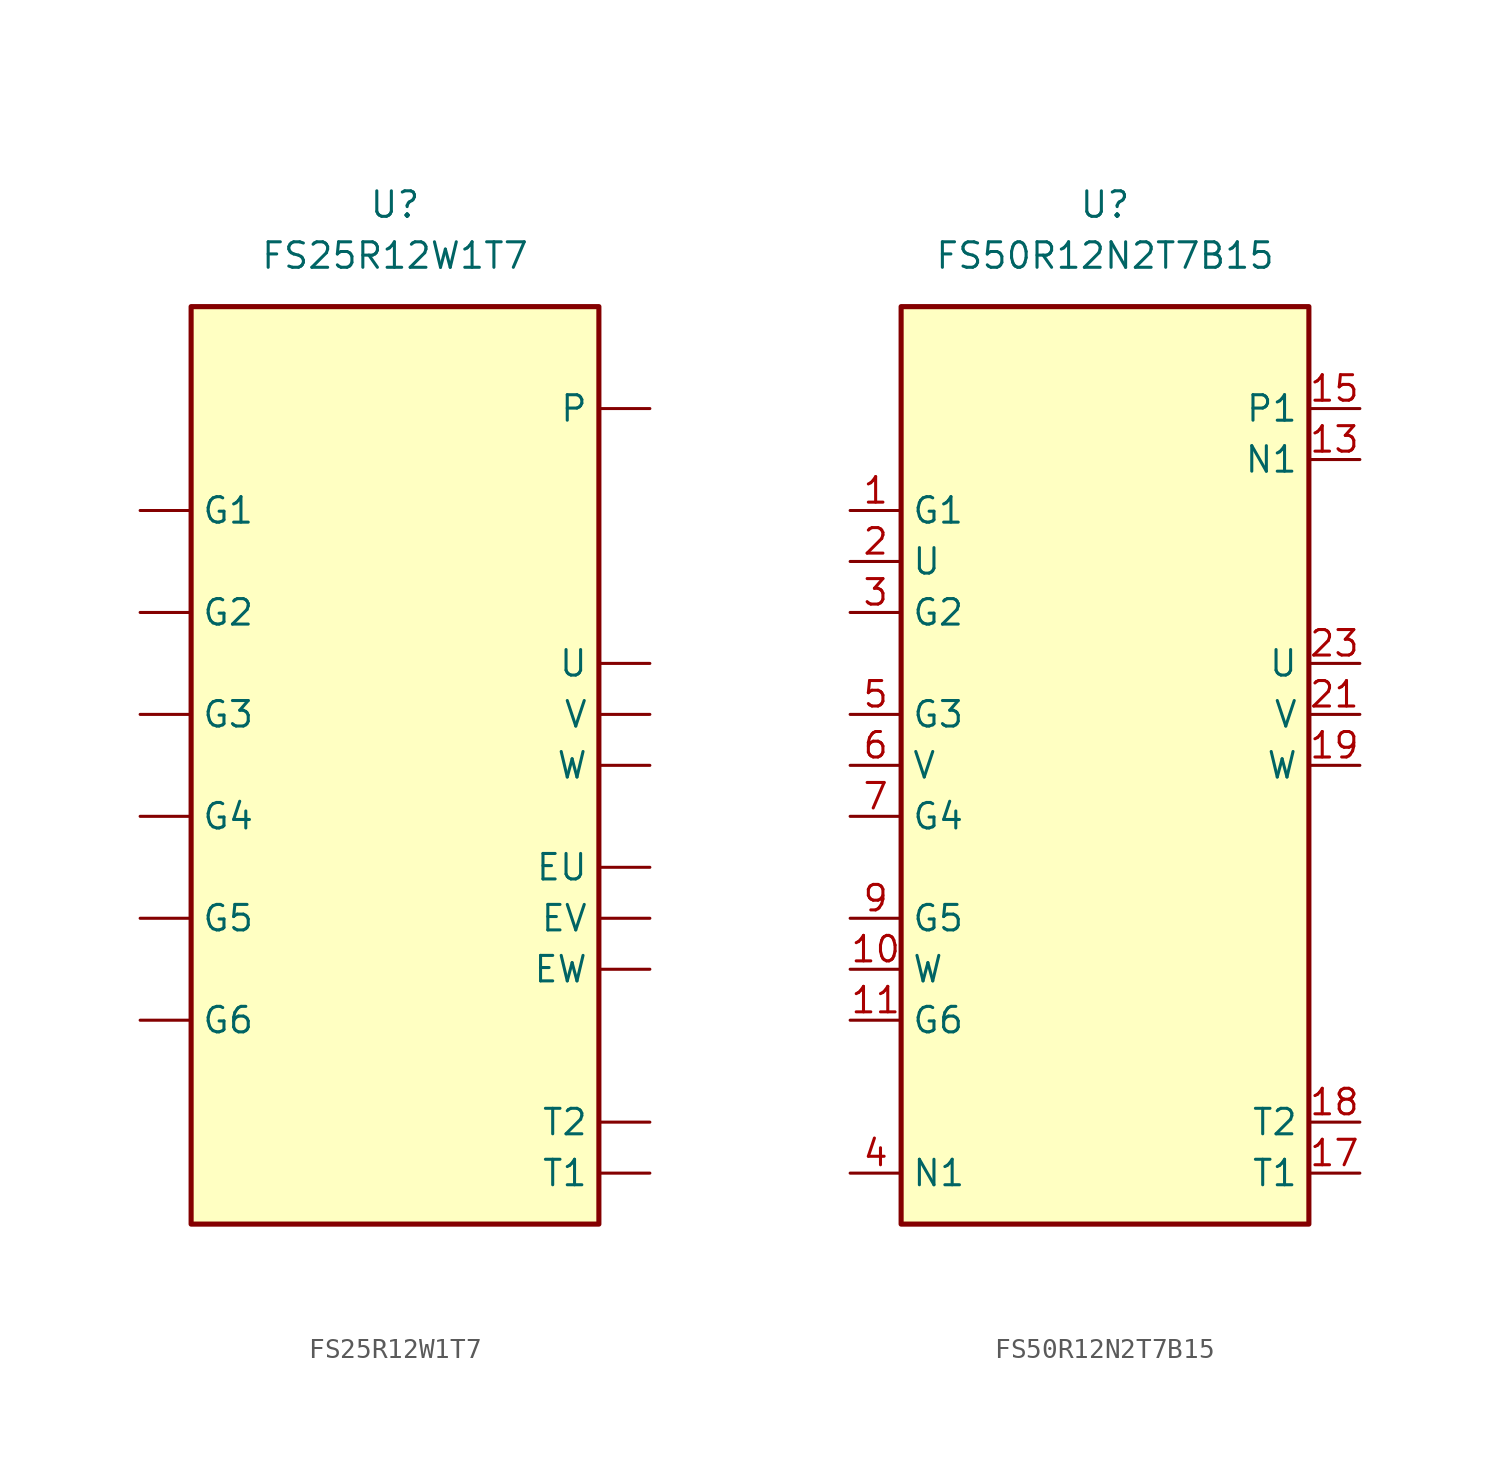
<source format=kicad_sym>
(kicad_symbol_lib
  (version 20220914)
  (generator kicad_symbol_editor)
  (symbol "FS25R12W1T7"
    (pin_numbers hide)
    (property "Reference" "U"
      (at 0 25.4 0)
      (effects (font (size 1.27 1.27))))
    (property "Value" "FS25R12W1T7"
      (at 0 22.86 0)
      (effects (font (size 1.27 1.27))))
    (symbol "FS25R12W1T7_1_0"
      (pin passive line (at 12.7 15.24 180) (length 2.54) (name "P" (effects (font (size 1.27 1.27)))) (number "P" (effects (font (size 1.27 1.27)))))
      (pin passive line (at 12.7 15.24 180) (length 2.54) hide (name "P" (effects (font (size 1.27 1.27)))) (number "P" (effects (font (size 1.27 1.27)))))
      (pin passive line (at 12.7 -22.86 180) (length 2.54) (name "T1" (effects (font (size 1.27 1.27)))) (number "T1" (effects (font (size 1.27 1.27)))))
      (pin passive line (at 12.7 -20.32 180) (length 2.54) (name "T2" (effects (font (size 1.27 1.27)))) (number "T2" (effects (font (size 1.27 1.27)))))
      (pin passive line (at 12.7 2.54 180) (length 2.54) (name "U" (effects (font (size 1.27 1.27)))) (number "U" (effects (font (size 1.27 1.27)))))
      (pin passive line (at 12.7 2.54 180) (length 2.54) hide (name "U" (effects (font (size 1.27 1.27)))) (number "U" (effects (font (size 1.27 1.27)))))
      (pin passive line (at 12.7 0 180) (length 2.54) (name "V" (effects (font (size 1.27 1.27)))) (number "V" (effects (font (size 1.27 1.27)))))
      (pin passive line (at 12.7 0 180) (length 2.54) hide (name "V" (effects (font (size 1.27 1.27)))) (number "V" (effects (font (size 1.27 1.27)))))
      (pin passive line (at 12.7 -2.54 180) (length 2.54) (name "W" (effects (font (size 1.27 1.27)))) (number "W" (effects (font (size 1.27 1.27)))))
      (pin passive line (at 12.7 -2.54 180) (length 2.54) hide (name "W" (effects (font (size 1.27 1.27)))) (number "W" (effects (font (size 1.27 1.27))))))
    (symbol "FS25R12W1T7_1_1"
      (rectangle (start -10.16 20.32) (end 10.16 -25.4) (stroke (width 0.254) (type default)) (fill (type background)))
      (pin passive line (at 12.7 -7.62 180) (length 2.54) (name "EU" (effects (font (size 1.27 1.27)))) (number "EU" (effects (font (size 1.27 1.27)))))
      (pin passive line (at 12.7 -7.62 180) (length 2.54) hide (name "EU" (effects (font (size 1.27 1.27)))) (number "EU" (effects (font (size 1.27 1.27)))))
      (pin passive line (at 12.7 -10.16 180) (length 2.54) (name "EV" (effects (font (size 1.27 1.27)))) (number "EV" (effects (font (size 1.27 1.27)))))
      (pin passive line (at 12.7 -10.16 180) (length 2.54) hide (name "EV" (effects (font (size 1.27 1.27)))) (number "EV" (effects (font (size 1.27 1.27)))))
      (pin passive line (at 12.7 -12.7 180) (length 2.54) (name "EW" (effects (font (size 1.27 1.27)))) (number "EW" (effects (font (size 1.27 1.27)))))
      (pin passive line (at 12.7 -12.7 180) (length 2.54) hide (name "EW" (effects (font (size 1.27 1.27)))) (number "EW" (effects (font (size 1.27 1.27)))))
      (pin passive line (at -12.7 10.16 0) (length 2.54) (name "G1" (effects (font (size 1.27 1.27)))) (number "G1" (effects (font (size 1.27 1.27)))))
      (pin passive line (at -12.7 5.08 0) (length 2.54) (name "G2" (effects (font (size 1.27 1.27)))) (number "G2" (effects (font (size 1.27 1.27)))))
      (pin passive line (at -12.7 0 0) (length 2.54) (name "G3" (effects (font (size 1.27 1.27)))) (number "G3" (effects (font (size 1.27 1.27)))))
      (pin passive line (at -12.7 -5.08 0) (length 2.54) (name "G4" (effects (font (size 1.27 1.27)))) (number "G4" (effects (font (size 1.27 1.27)))))
      (pin passive line (at -12.7 -10.16 0) (length 2.54) (name "G5" (effects (font (size 1.27 1.27)))) (number "G5" (effects (font (size 1.27 1.27)))))
      (pin passive line (at -12.7 -15.24 0) (length 2.54) (name "G6" (effects (font (size 1.27 1.27)))) (number "G6" (effects (font (size 1.27 1.27)))))))
  (symbol "FS50R12N2T7B15"
    (property "Reference" "U"
      (at 0 25.4 0)
      (effects (font (size 1.27 1.27))))
    (property "Value" "FS50R12N2T7B15"
      (at 0 22.86 0)
      (effects (font (size 1.27 1.27))))
    (symbol "FS50R12N2T7B15_0_0"
      (pin passive line (at 12.7 12.7 180) (length 2.54) (name "N1" (effects (font (size 1.27 1.27)))) (number "13" (effects (font (size 1.27 1.27)))))
      (pin passive line (at 12.7 12.7 180) (length 2.54) hide (name "N1" (effects (font (size 1.27 1.27)))) (number "14" (effects (font (size 1.27 1.27)))))
      (pin passive line (at 12.7 15.24 180) (length 2.54) (name "P1" (effects (font (size 1.27 1.27)))) (number "15" (effects (font (size 1.27 1.27)))))
      (pin passive line (at 12.7 15.24 180) (length 2.54) hide (name "P1" (effects (font (size 1.27 1.27)))) (number "16" (effects (font (size 1.27 1.27)))))
      (pin passive line (at 12.7 -22.86 180) (length 2.54) (name "T1" (effects (font (size 1.27 1.27)))) (number "17" (effects (font (size 1.27 1.27)))))
      (pin passive line (at 12.7 -20.32 180) (length 2.54) (name "T2" (effects (font (size 1.27 1.27)))) (number "18" (effects (font (size 1.27 1.27)))))
      (pin passive line (at 12.7 -2.54 180) (length 2.54) (name "W" (effects (font (size 1.27 1.27)))) (number "19" (effects (font (size 1.27 1.27)))))
      (pin passive line (at 12.7 -2.54 180) (length 2.54) hide (name "W" (effects (font (size 1.27 1.27)))) (number "20" (effects (font (size 1.27 1.27)))))
      (pin passive line (at 12.7 0 180) (length 2.54) (name "V" (effects (font (size 1.27 1.27)))) (number "21" (effects (font (size 1.27 1.27)))))
      (pin passive line (at 12.7 0 180) (length 2.54) hide (name "V" (effects (font (size 1.27 1.27)))) (number "22" (effects (font (size 1.27 1.27)))))
      (pin passive line (at 12.7 2.54 180) (length 2.54) (name "U" (effects (font (size 1.27 1.27)))) (number "23" (effects (font (size 1.27 1.27)))))
      (pin passive line (at 12.7 2.54 180) (length 2.54) hide (name "U" (effects (font (size 1.27 1.27)))) (number "24" (effects (font (size 1.27 1.27)))))
      (pin passive line (at 12.7 15.24 180) (length 2.54) hide (name "P1" (effects (font (size 1.27 1.27)))) (number "25" (effects (font (size 1.27 1.27)))))
      (pin passive line (at 12.7 15.24 180) (length 2.54) hide (name "P1" (effects (font (size 1.27 1.27)))) (number "26" (effects (font (size 1.27 1.27)))))
      (pin passive line (at 12.7 12.7 180) (length 2.54) hide (name "N1" (effects (font (size 1.27 1.27)))) (number "27" (effects (font (size 1.27 1.27)))))
      (pin passive line (at 12.7 12.7 180) (length 2.54) hide (name "N1" (effects (font (size 1.27 1.27)))) (number "28" (effects (font (size 1.27 1.27))))))
    (symbol "FS50R12N2T7B15_1_1"
      (rectangle (start -10.16 20.32) (end 10.16 -25.4) (stroke (width 0.254) (type default)) (fill (type background)))
      (pin passive line (at -12.7 10.16 0) (length 2.54) (name "G1" (effects (font (size 1.27 1.27)))) (number "1" (effects (font (size 1.27 1.27)))))
      (pin passive line (at -12.7 -12.7 0) (length 2.54) (name "W" (effects (font (size 1.27 1.27)))) (number "10" (effects (font (size 1.27 1.27)))))
      (pin passive line (at -12.7 -15.24 0) (length 2.54) (name "G6" (effects (font (size 1.27 1.27)))) (number "11" (effects (font (size 1.27 1.27)))))
      (pin passive line (at -12.7 -22.86 0) (length 2.54) hide (name "N1" (effects (font (size 1.27 1.27)))) (number "12" (effects (font (size 1.27 1.27)))))
      (pin passive line (at -12.7 7.62 0) (length 2.54) (name "U" (effects (font (size 1.27 1.27)))) (number "2" (effects (font (size 1.27 1.27)))))
      (pin passive line (at -12.7 5.08 0) (length 2.54) (name "G2" (effects (font (size 1.27 1.27)))) (number "3" (effects (font (size 1.27 1.27)))))
      (pin passive line (at -12.7 -22.86 0) (length 2.54) (name "N1" (effects (font (size 1.27 1.27)))) (number "4" (effects (font (size 1.27 1.27)))))
      (pin passive line (at -12.7 0 0) (length 2.54) (name "G3" (effects (font (size 1.27 1.27)))) (number "5" (effects (font (size 1.27 1.27)))))
      (pin passive line (at -12.7 -2.54 0) (length 2.54) (name "V" (effects (font (size 1.27 1.27)))) (number "6" (effects (font (size 1.27 1.27)))))
      (pin passive line (at -12.7 -5.08 0) (length 2.54) (name "G4" (effects (font (size 1.27 1.27)))) (number "7" (effects (font (size 1.27 1.27)))))
      (pin passive line (at -12.7 -22.86 0) (length 2.54) hide (name "N1" (effects (font (size 1.27 1.27)))) (number "8" (effects (font (size 1.27 1.27)))))
      (pin passive line (at -12.7 -10.16 0) (length 2.54) (name "G5" (effects (font (size 1.27 1.27)))) (number "9" (effects (font (size 1.27 1.27))))))))
</source>
